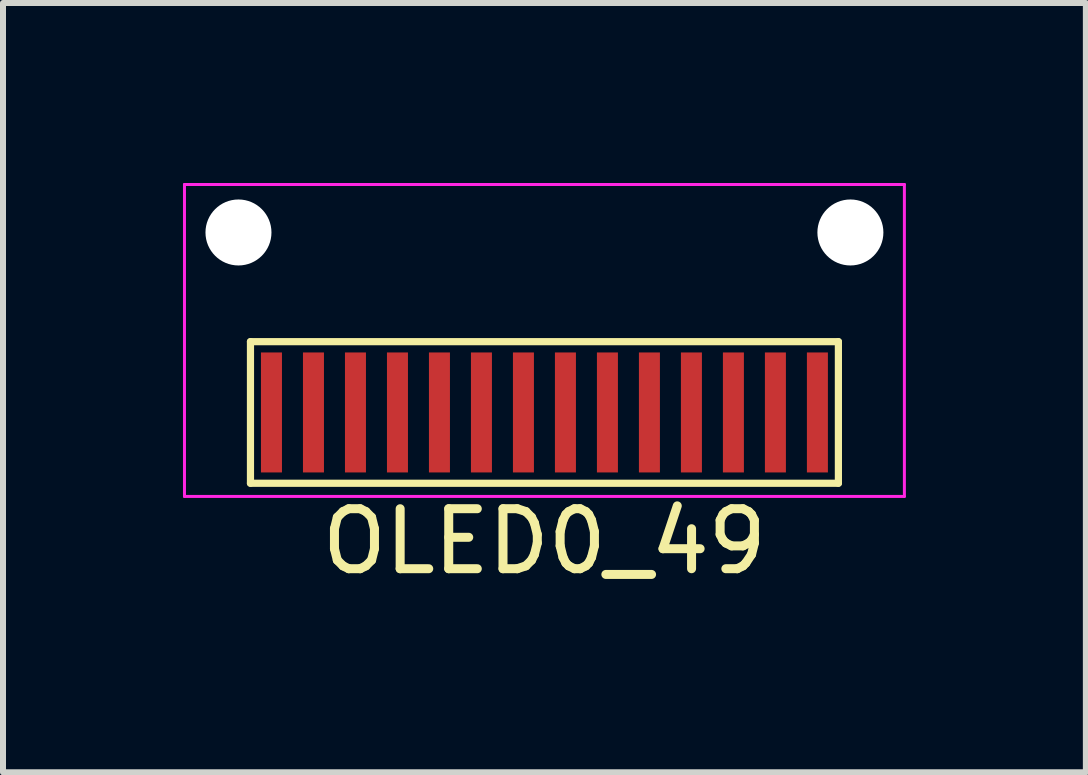
<source format=kicad_pcb>
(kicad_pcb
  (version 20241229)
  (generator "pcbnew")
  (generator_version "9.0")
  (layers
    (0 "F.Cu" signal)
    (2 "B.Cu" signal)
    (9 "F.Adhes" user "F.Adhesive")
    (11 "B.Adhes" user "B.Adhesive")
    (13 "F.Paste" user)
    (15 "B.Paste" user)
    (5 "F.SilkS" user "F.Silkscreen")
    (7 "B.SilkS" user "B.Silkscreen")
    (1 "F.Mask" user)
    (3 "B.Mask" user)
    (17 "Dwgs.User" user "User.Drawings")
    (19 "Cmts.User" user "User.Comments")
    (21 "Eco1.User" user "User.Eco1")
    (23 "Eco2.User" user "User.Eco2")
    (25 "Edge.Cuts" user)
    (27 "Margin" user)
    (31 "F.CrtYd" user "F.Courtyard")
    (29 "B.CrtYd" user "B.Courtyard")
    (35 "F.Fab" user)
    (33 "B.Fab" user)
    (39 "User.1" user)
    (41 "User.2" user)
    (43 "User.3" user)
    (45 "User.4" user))
  (footprint "OLED0_49"
    (layer "F.Cu")
    (at 6.025 3.825)
    (property "Reference" "OLED0_49" (at 0 2.15 0) (layer "F.SilkS") (effects (font (size 1 1) (thickness 0.15))))
    (attr through_hole)
    (fp_line (start -4.9 -1.18) (end 4.9 -1.18) (stroke (width 0.12) (type solid)) (layer "F.SilkS"))
    (fp_line (start -4.9 1.18) (end -4.9 -1.18) (stroke (width 0.12) (type solid)) (layer "F.SilkS"))
    (fp_line (start -4.9 1.18) (end 4.9 1.18) (stroke (width 0.12) (type solid)) (layer "F.SilkS"))
    (fp_line (start 4.9 -1.18) (end 4.9 1.18) (stroke (width 0.12) (type solid)) (layer "F.SilkS"))
    (fp_line (start -6 -3.8) (end -6 1.4) (stroke (width 0.05) (type solid)) (layer "F.CrtYd"))
    (fp_line (start -6 -3.8) (end 6 -3.8) (stroke (width 0.05) (type solid)) (layer "F.CrtYd"))
    (fp_line (start -6 1.4) (end 6 1.4) (stroke (width 0.05) (type solid)) (layer "F.CrtYd"))
    (fp_line (start 6 -3.8) (end 6 1.4) (stroke (width 0.05) (type solid)) (layer "F.CrtYd"))
    (pad "" np_thru_hole circle (at -5.1 -3) (size 1.1 1.1) (drill 1.1) (layers "*.Cu" "*.Mask"))
    (pad "" np_thru_hole circle (at 5.1 -3) (size 1.1 1.1) (drill 1.1) (layers "*.Cu" "*.Mask"))
    (pad "1" smd rect (at -4.55 0) (size 0.35 2) (layers "F.Cu" "F.Mask" "F.Paste"))
    (pad "2" smd rect (at -3.85 0) (size 0.35 2) (layers "F.Cu" "F.Mask" "F.Paste"))
    (pad "3" smd rect (at -3.15 0) (size 0.35 2) (layers "F.Cu" "F.Mask" "F.Paste"))
    (pad "4" smd rect (at -2.45 0) (size 0.35 2) (layers "F.Cu" "F.Mask" "F.Paste"))
    (pad "5" smd rect (at -1.75 0) (size 0.35 2) (layers "F.Cu" "F.Mask" "F.Paste"))
    (pad "6" smd rect (at -1.05 0) (size 0.35 2) (layers "F.Cu" "F.Mask" "F.Paste"))
    (pad "7" smd rect (at -0.35 0) (size 0.35 2) (layers "F.Cu" "F.Mask" "F.Paste"))
    (pad "8" smd rect (at 0.35 0) (size 0.35 2) (layers "F.Cu" "F.Mask" "F.Paste"))
    (pad "9" smd rect (at 1.05 0) (size 0.35 2) (layers "F.Cu" "F.Mask" "F.Paste"))
    (pad "10" smd rect (at 1.75 0) (size 0.35 2) (layers "F.Cu" "F.Mask" "F.Paste"))
    (pad "11" smd rect (at 2.45 0) (size 0.35 2) (layers "F.Cu" "F.Mask" "F.Paste"))
    (pad "12" smd rect (at 3.15 0) (size 0.35 2) (layers "F.Cu" "F.Mask" "F.Paste"))
    (pad "13" smd rect (at 3.85 0) (size 0.35 2) (layers "F.Cu" "F.Mask" "F.Paste"))
    (pad "14" smd rect (at 4.55 0) (size 0.35 2) (layers "F.Cu" "F.Mask" "F.Paste")))
  (gr_rect
    (start -3 -3)
    (end 15.05 9.823)
    (stroke (width 0.1) (type default))
    (fill no)
    (layer "Edge.Cuts")))
</source>
